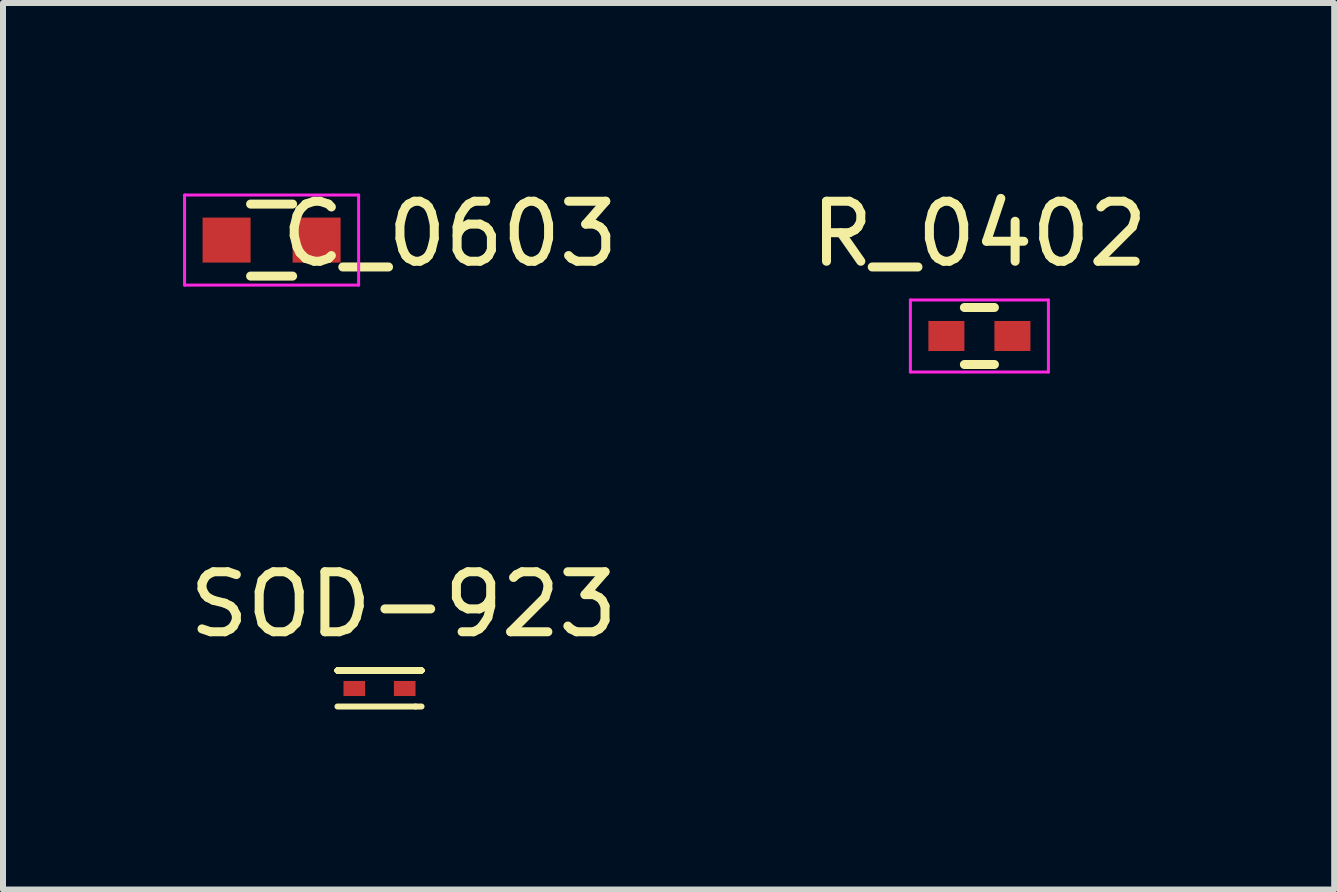
<source format=kicad_pcb>
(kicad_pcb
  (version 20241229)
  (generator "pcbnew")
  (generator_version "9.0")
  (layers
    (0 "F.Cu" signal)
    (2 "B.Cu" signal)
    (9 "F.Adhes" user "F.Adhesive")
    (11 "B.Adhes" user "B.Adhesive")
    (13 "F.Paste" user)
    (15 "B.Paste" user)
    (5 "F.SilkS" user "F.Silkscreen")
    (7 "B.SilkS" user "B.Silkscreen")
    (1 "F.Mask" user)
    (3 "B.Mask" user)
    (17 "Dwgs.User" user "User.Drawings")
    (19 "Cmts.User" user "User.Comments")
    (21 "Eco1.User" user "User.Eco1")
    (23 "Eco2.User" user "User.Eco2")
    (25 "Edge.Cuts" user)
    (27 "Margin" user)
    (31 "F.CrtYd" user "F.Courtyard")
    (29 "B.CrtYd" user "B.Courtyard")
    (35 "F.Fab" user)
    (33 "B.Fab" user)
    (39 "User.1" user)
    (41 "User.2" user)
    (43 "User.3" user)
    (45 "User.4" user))
  (footprint "C_0603"
    (layer "F.Cu")
    (at 1.475 0.95)
    (property "Reference" "C_0603" (at 2.972 -0.102 0) (layer "F.SilkS") (effects (font (size 1 1) (thickness 0.15))))
    (attr smd)
    (fp_line (start -0.35 -0.6) (end 0.35 -0.6) (stroke (width 0.15) (type solid)) (layer "F.SilkS"))
    (fp_line (start 0.35 0.6) (end -0.35 0.6) (stroke (width 0.15) (type solid)) (layer "F.SilkS"))
    (fp_line (start -1.45 -0.75) (end -1.45 0.75) (stroke (width 0.05) (type solid)) (layer "F.CrtYd"))
    (fp_line (start -1.45 -0.75) (end 1.45 -0.75) (stroke (width 0.05) (type solid)) (layer "F.CrtYd"))
    (fp_line (start -1.45 0.75) (end 1.45 0.75) (stroke (width 0.05) (type solid)) (layer "F.CrtYd"))
    (fp_line (start 1.45 -0.75) (end 1.45 0.75) (stroke (width 0.05) (type solid)) (layer "F.CrtYd"))
    (pad "1" smd rect (at -0.75 0) (size 0.8 0.75) (layers "F.Cu" "F.Mask" "F.Paste"))
    (pad "2" smd rect (at 0.75 0) (size 0.8 0.75) (layers "F.Cu" "F.Mask" "F.Paste")))
  (footprint "SOD-923"
    (layer "F.Cu")
    (at 3.273 8.421)
    (property "Reference" "SOD-923" (at 0.4 -1.4 0) (layer "F.SilkS") (effects (font (size 1 1) (thickness 0.15))))
    (attr smd)
    (fp_line (start -0.7 -0.3) (end 0.7 -0.3) (stroke (width 0.1) (type solid)) (layer "F.SilkS"))
    (fp_line (start -0.7 -0.3) (end 0.7 -0.3) (stroke (width 0.1) (type solid)) (layer "F.SilkS"))
    (fp_line (start -0.7 -0.3) (end 0.7 -0.3) (stroke (width 0.1) (type solid)) (layer "F.SilkS"))
    (fp_line (start -0.7 -0.3) (end 0.7 -0.3) (stroke (width 0.1) (type solid)) (layer "F.SilkS"))
    (fp_line (start -0.7 0.3) (end 0.6 0.3) (stroke (width 0.1) (type solid)) (layer "F.SilkS"))
    (fp_line (start 0.6 0.3) (end 0.7 0.3) (stroke (width 0.1) (type solid)) (layer "F.SilkS"))
    (fp_line (start 0.7 -0.3) (end -0.7 -0.3) (stroke (width 0.1) (type solid)) (layer "F.SilkS"))
    (fp_line (start 0.7 -0.3) (end -0.7 -0.3) (stroke (width 0.1) (type solid)) (layer "F.SilkS"))
    (fp_line (start 0.7 -0.3) (end -0.7 -0.3) (stroke (width 0.1) (type solid)) (layer "F.SilkS"))
    (fp_line (start 0.7 -0.3) (end -0.7 -0.3) (stroke (width 0.1) (type solid)) (layer "F.SilkS"))
    (pad "1" smd rect (at 0.42 0) (size 0.36 0.25) (layers "F.Cu" "F.Mask" "F.Paste"))
    (pad "2" smd rect (at -0.42 0) (size 0.36 0.25) (layers "F.Cu" "F.Mask" "F.Paste")))
  (footprint "R_0402"
    (layer "F.Cu")
    (at 13.268 2.548)
    (property "Reference" "R_0402" (at 0 -1.7 0) (layer "F.SilkS") (effects (font (size 1 1) (thickness 0.15))))
    (attr smd)
    (fp_line (start -0.25 0.475) (end 0.25 0.475) (stroke (width 0.15) (type solid)) (layer "F.SilkS"))
    (fp_line (start 0.25 -0.475) (end -0.25 -0.475) (stroke (width 0.15) (type solid)) (layer "F.SilkS"))
    (fp_line (start -1.15 -0.6) (end -1.15 0.6) (stroke (width 0.05) (type solid)) (layer "F.CrtYd"))
    (fp_line (start -1.15 -0.6) (end 1.15 -0.6) (stroke (width 0.05) (type solid)) (layer "F.CrtYd"))
    (fp_line (start -1.15 0.6) (end 1.15 0.6) (stroke (width 0.05) (type solid)) (layer "F.CrtYd"))
    (fp_line (start 1.15 -0.6) (end 1.15 0.6) (stroke (width 0.05) (type solid)) (layer "F.CrtYd"))
    (pad "1" smd rect (at -0.55 0) (size 0.6 0.5) (layers "F.Cu" "F.Mask" "F.Paste"))
    (pad "2" smd rect (at 0.55 0) (size 0.6 0.5) (layers "F.Cu" "F.Mask" "F.Paste")))
  (gr_rect
    (start -3 -3)
    (end 19.179 11.771)
    (stroke (width 0.1) (type default))
    (fill no)
    (layer "Edge.Cuts")))
</source>
